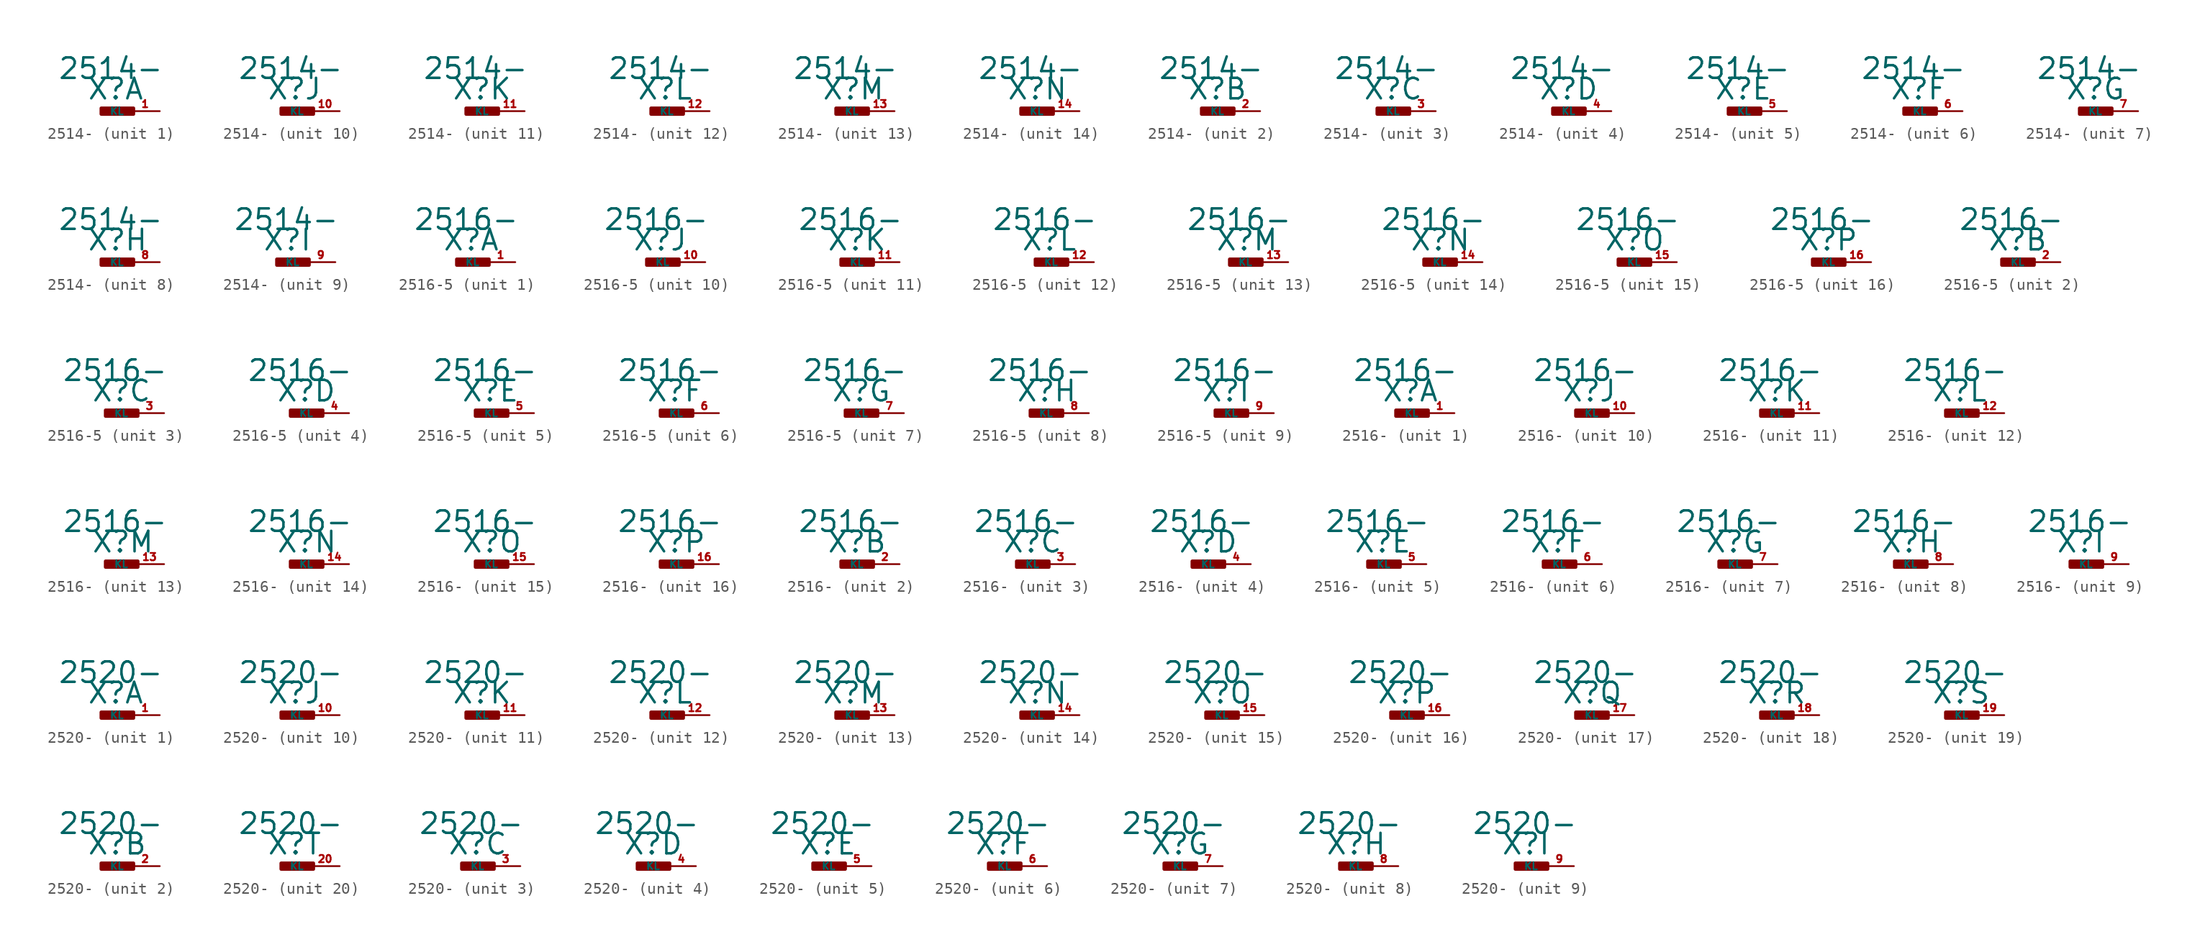
<source format=kicad_sym>
(kicad_symbol_lib
  (version 20220914)
  (generator Eagle2Kicad)
  (symbol "2514-"
    (property "Reference" "X"
      (at -1.27 0.889 0)
      (effects (font (size 1.778 1.778) (thickness 0.22)) (justify left bottom)))
    (property "Value" "2514-"
      (at -3.81 2.667 0)
      (effects (font (size 1.778 1.778) (thickness 0.22)) (justify left bottom)))
    (symbol "2514-_1_0"
      (rectangle (start 0 -0.254) (end 2.794 0.254) (stroke (width 0.3) (type default)) (fill (type outline)))
      (pin passive line (at 5.08 0 180) (length 2.54) (name "KL" (effects (font (size 0.635 0.635) (thickness 0.08)) (justify left bottom))) (number "1" (effects (font (size 0.635 0.635) (thickness 0.08)) (justify left bottom)))))
    (symbol "2514-_2_0"
      (rectangle (start 0 -0.254) (end 2.794 0.254) (stroke (width 0.3) (type default)) (fill (type outline)))
      (pin passive line (at 5.08 0 180) (length 2.54) (name "KL" (effects (font (size 0.635 0.635) (thickness 0.08)) (justify left bottom))) (number "2" (effects (font (size 0.635 0.635) (thickness 0.08)) (justify left bottom)))))
    (symbol "2514-_3_0"
      (rectangle (start 0 -0.254) (end 2.794 0.254) (stroke (width 0.3) (type default)) (fill (type outline)))
      (pin passive line (at 5.08 0 180) (length 2.54) (name "KL" (effects (font (size 0.635 0.635) (thickness 0.08)) (justify left bottom))) (number "3" (effects (font (size 0.635 0.635) (thickness 0.08)) (justify left bottom)))))
    (symbol "2514-_4_0"
      (rectangle (start 0 -0.254) (end 2.794 0.254) (stroke (width 0.3) (type default)) (fill (type outline)))
      (pin passive line (at 5.08 0 180) (length 2.54) (name "KL" (effects (font (size 0.635 0.635) (thickness 0.08)) (justify left bottom))) (number "4" (effects (font (size 0.635 0.635) (thickness 0.08)) (justify left bottom)))))
    (symbol "2514-_5_0"
      (rectangle (start 0 -0.254) (end 2.794 0.254) (stroke (width 0.3) (type default)) (fill (type outline)))
      (pin passive line (at 5.08 0 180) (length 2.54) (name "KL" (effects (font (size 0.635 0.635) (thickness 0.08)) (justify left bottom))) (number "5" (effects (font (size 0.635 0.635) (thickness 0.08)) (justify left bottom)))))
    (symbol "2514-_6_0"
      (rectangle (start 0 -0.254) (end 2.794 0.254) (stroke (width 0.3) (type default)) (fill (type outline)))
      (pin passive line (at 5.08 0 180) (length 2.54) (name "KL" (effects (font (size 0.635 0.635) (thickness 0.08)) (justify left bottom))) (number "6" (effects (font (size 0.635 0.635) (thickness 0.08)) (justify left bottom)))))
    (symbol "2514-_7_0"
      (rectangle (start 0 -0.254) (end 2.794 0.254) (stroke (width 0.3) (type default)) (fill (type outline)))
      (pin passive line (at 5.08 0 180) (length 2.54) (name "KL" (effects (font (size 0.635 0.635) (thickness 0.08)) (justify left bottom))) (number "7" (effects (font (size 0.635 0.635) (thickness 0.08)) (justify left bottom)))))
    (symbol "2514-_8_0"
      (rectangle (start 0 -0.254) (end 2.794 0.254) (stroke (width 0.3) (type default)) (fill (type outline)))
      (pin passive line (at 5.08 0 180) (length 2.54) (name "KL" (effects (font (size 0.635 0.635) (thickness 0.08)) (justify left bottom))) (number "8" (effects (font (size 0.635 0.635) (thickness 0.08)) (justify left bottom)))))
    (symbol "2514-_9_0"
      (rectangle (start 0 -0.254) (end 2.794 0.254) (stroke (width 0.3) (type default)) (fill (type outline)))
      (pin passive line (at 5.08 0 180) (length 2.54) (name "KL" (effects (font (size 0.635 0.635) (thickness 0.08)) (justify left bottom))) (number "9" (effects (font (size 0.635 0.635) (thickness 0.08)) (justify left bottom)))))
    (symbol "2514-_10_0"
      (rectangle (start 0 -0.254) (end 2.794 0.254) (stroke (width 0.3) (type default)) (fill (type outline)))
      (pin passive line (at 5.08 0 180) (length 2.54) (name "KL" (effects (font (size 0.635 0.635) (thickness 0.08)) (justify left bottom))) (number "10" (effects (font (size 0.635 0.635) (thickness 0.08)) (justify left bottom)))))
    (symbol "2514-_11_0"
      (rectangle (start 0 -0.254) (end 2.794 0.254) (stroke (width 0.3) (type default)) (fill (type outline)))
      (pin passive line (at 5.08 0 180) (length 2.54) (name "KL" (effects (font (size 0.635 0.635) (thickness 0.08)) (justify left bottom))) (number "11" (effects (font (size 0.635 0.635) (thickness 0.08)) (justify left bottom)))))
    (symbol "2514-_12_0"
      (rectangle (start 0 -0.254) (end 2.794 0.254) (stroke (width 0.3) (type default)) (fill (type outline)))
      (pin passive line (at 5.08 0 180) (length 2.54) (name "KL" (effects (font (size 0.635 0.635) (thickness 0.08)) (justify left bottom))) (number "12" (effects (font (size 0.635 0.635) (thickness 0.08)) (justify left bottom)))))
    (symbol "2514-_13_0"
      (rectangle (start 0 -0.254) (end 2.794 0.254) (stroke (width 0.3) (type default)) (fill (type outline)))
      (pin passive line (at 5.08 0 180) (length 2.54) (name "KL" (effects (font (size 0.635 0.635) (thickness 0.08)) (justify left bottom))) (number "13" (effects (font (size 0.635 0.635) (thickness 0.08)) (justify left bottom)))))
    (symbol "2514-_14_0"
      (rectangle (start 0 -0.254) (end 2.794 0.254) (stroke (width 0.3) (type default)) (fill (type outline)))
      (pin passive line (at 5.08 0 180) (length 2.54) (name "KL" (effects (font (size 0.635 0.635) (thickness 0.08)) (justify left bottom))) (number "14" (effects (font (size 0.635 0.635) (thickness 0.08)) (justify left bottom))))))
  (symbol "2516-5"
    (property "Reference" "X"
      (at -1.27 0.889 0)
      (effects (font (size 1.778 1.778) (thickness 0.22)) (justify left bottom)))
    (property "Value" "2516-"
      (at -3.81 2.667 0)
      (effects (font (size 1.778 1.778) (thickness 0.22)) (justify left bottom)))
    (symbol "2516-5_1_0"
      (rectangle (start 0 -0.254) (end 2.794 0.254) (stroke (width 0.3) (type default)) (fill (type outline)))
      (pin passive line (at 5.08 0 180) (length 2.54) (name "KL" (effects (font (size 0.635 0.635) (thickness 0.08)) (justify left bottom))) (number "1" (effects (font (size 0.635 0.635) (thickness 0.08)) (justify left bottom)))))
    (symbol "2516-5_2_0"
      (rectangle (start 0 -0.254) (end 2.794 0.254) (stroke (width 0.3) (type default)) (fill (type outline)))
      (pin passive line (at 5.08 0 180) (length 2.54) (name "KL" (effects (font (size 0.635 0.635) (thickness 0.08)) (justify left bottom))) (number "2" (effects (font (size 0.635 0.635) (thickness 0.08)) (justify left bottom)))))
    (symbol "2516-5_3_0"
      (rectangle (start 0 -0.254) (end 2.794 0.254) (stroke (width 0.3) (type default)) (fill (type outline)))
      (pin passive line (at 5.08 0 180) (length 2.54) (name "KL" (effects (font (size 0.635 0.635) (thickness 0.08)) (justify left bottom))) (number "3" (effects (font (size 0.635 0.635) (thickness 0.08)) (justify left bottom)))))
    (symbol "2516-5_4_0"
      (rectangle (start 0 -0.254) (end 2.794 0.254) (stroke (width 0.3) (type default)) (fill (type outline)))
      (pin passive line (at 5.08 0 180) (length 2.54) (name "KL" (effects (font (size 0.635 0.635) (thickness 0.08)) (justify left bottom))) (number "4" (effects (font (size 0.635 0.635) (thickness 0.08)) (justify left bottom)))))
    (symbol "2516-5_5_0"
      (rectangle (start 0 -0.254) (end 2.794 0.254) (stroke (width 0.3) (type default)) (fill (type outline)))
      (pin passive line (at 5.08 0 180) (length 2.54) (name "KL" (effects (font (size 0.635 0.635) (thickness 0.08)) (justify left bottom))) (number "5" (effects (font (size 0.635 0.635) (thickness 0.08)) (justify left bottom)))))
    (symbol "2516-5_6_0"
      (rectangle (start 0 -0.254) (end 2.794 0.254) (stroke (width 0.3) (type default)) (fill (type outline)))
      (pin passive line (at 5.08 0 180) (length 2.54) (name "KL" (effects (font (size 0.635 0.635) (thickness 0.08)) (justify left bottom))) (number "6" (effects (font (size 0.635 0.635) (thickness 0.08)) (justify left bottom)))))
    (symbol "2516-5_7_0"
      (rectangle (start 0 -0.254) (end 2.794 0.254) (stroke (width 0.3) (type default)) (fill (type outline)))
      (pin passive line (at 5.08 0 180) (length 2.54) (name "KL" (effects (font (size 0.635 0.635) (thickness 0.08)) (justify left bottom))) (number "7" (effects (font (size 0.635 0.635) (thickness 0.08)) (justify left bottom)))))
    (symbol "2516-5_8_0"
      (rectangle (start 0 -0.254) (end 2.794 0.254) (stroke (width 0.3) (type default)) (fill (type outline)))
      (pin passive line (at 5.08 0 180) (length 2.54) (name "KL" (effects (font (size 0.635 0.635) (thickness 0.08)) (justify left bottom))) (number "8" (effects (font (size 0.635 0.635) (thickness 0.08)) (justify left bottom)))))
    (symbol "2516-5_9_0"
      (rectangle (start 0 -0.254) (end 2.794 0.254) (stroke (width 0.3) (type default)) (fill (type outline)))
      (pin passive line (at 5.08 0 180) (length 2.54) (name "KL" (effects (font (size 0.635 0.635) (thickness 0.08)) (justify left bottom))) (number "9" (effects (font (size 0.635 0.635) (thickness 0.08)) (justify left bottom)))))
    (symbol "2516-5_10_0"
      (rectangle (start 0 -0.254) (end 2.794 0.254) (stroke (width 0.3) (type default)) (fill (type outline)))
      (pin passive line (at 5.08 0 180) (length 2.54) (name "KL" (effects (font (size 0.635 0.635) (thickness 0.08)) (justify left bottom))) (number "10" (effects (font (size 0.635 0.635) (thickness 0.08)) (justify left bottom)))))
    (symbol "2516-5_11_0"
      (rectangle (start 0 -0.254) (end 2.794 0.254) (stroke (width 0.3) (type default)) (fill (type outline)))
      (pin passive line (at 5.08 0 180) (length 2.54) (name "KL" (effects (font (size 0.635 0.635) (thickness 0.08)) (justify left bottom))) (number "11" (effects (font (size 0.635 0.635) (thickness 0.08)) (justify left bottom)))))
    (symbol "2516-5_12_0"
      (rectangle (start 0 -0.254) (end 2.794 0.254) (stroke (width 0.3) (type default)) (fill (type outline)))
      (pin passive line (at 5.08 0 180) (length 2.54) (name "KL" (effects (font (size 0.635 0.635) (thickness 0.08)) (justify left bottom))) (number "12" (effects (font (size 0.635 0.635) (thickness 0.08)) (justify left bottom)))))
    (symbol "2516-5_13_0"
      (rectangle (start 0 -0.254) (end 2.794 0.254) (stroke (width 0.3) (type default)) (fill (type outline)))
      (pin passive line (at 5.08 0 180) (length 2.54) (name "KL" (effects (font (size 0.635 0.635) (thickness 0.08)) (justify left bottom))) (number "13" (effects (font (size 0.635 0.635) (thickness 0.08)) (justify left bottom)))))
    (symbol "2516-5_14_0"
      (rectangle (start 0 -0.254) (end 2.794 0.254) (stroke (width 0.3) (type default)) (fill (type outline)))
      (pin passive line (at 5.08 0 180) (length 2.54) (name "KL" (effects (font (size 0.635 0.635) (thickness 0.08)) (justify left bottom))) (number "14" (effects (font (size 0.635 0.635) (thickness 0.08)) (justify left bottom)))))
    (symbol "2516-5_15_0"
      (rectangle (start 0 -0.254) (end 2.794 0.254) (stroke (width 0.3) (type default)) (fill (type outline)))
      (pin passive line (at 5.08 0 180) (length 2.54) (name "KL" (effects (font (size 0.635 0.635) (thickness 0.08)) (justify left bottom))) (number "15" (effects (font (size 0.635 0.635) (thickness 0.08)) (justify left bottom)))))
    (symbol "2516-5_16_0"
      (rectangle (start 0 -0.254) (end 2.794 0.254) (stroke (width 0.3) (type default)) (fill (type outline)))
      (pin passive line (at 5.08 0 180) (length 2.54) (name "KL" (effects (font (size 0.635 0.635) (thickness 0.08)) (justify left bottom))) (number "16" (effects (font (size 0.635 0.635) (thickness 0.08)) (justify left bottom))))))
  (symbol "2516-"
    (property "Reference" "X"
      (at -1.27 0.889 0)
      (effects (font (size 1.778 1.778) (thickness 0.22)) (justify left bottom)))
    (property "Value" "2516-"
      (at -3.81 2.667 0)
      (effects (font (size 1.778 1.778) (thickness 0.22)) (justify left bottom)))
    (symbol "2516-_1_0"
      (rectangle (start 0 -0.254) (end 2.794 0.254) (stroke (width 0.3) (type default)) (fill (type outline)))
      (pin passive line (at 5.08 0 180) (length 2.54) (name "KL" (effects (font (size 0.635 0.635) (thickness 0.08)) (justify left bottom))) (number "1" (effects (font (size 0.635 0.635) (thickness 0.08)) (justify left bottom)))))
    (symbol "2516-_2_0"
      (rectangle (start 0 -0.254) (end 2.794 0.254) (stroke (width 0.3) (type default)) (fill (type outline)))
      (pin passive line (at 5.08 0 180) (length 2.54) (name "KL" (effects (font (size 0.635 0.635) (thickness 0.08)) (justify left bottom))) (number "2" (effects (font (size 0.635 0.635) (thickness 0.08)) (justify left bottom)))))
    (symbol "2516-_3_0"
      (rectangle (start 0 -0.254) (end 2.794 0.254) (stroke (width 0.3) (type default)) (fill (type outline)))
      (pin passive line (at 5.08 0 180) (length 2.54) (name "KL" (effects (font (size 0.635 0.635) (thickness 0.08)) (justify left bottom))) (number "3" (effects (font (size 0.635 0.635) (thickness 0.08)) (justify left bottom)))))
    (symbol "2516-_4_0"
      (rectangle (start 0 -0.254) (end 2.794 0.254) (stroke (width 0.3) (type default)) (fill (type outline)))
      (pin passive line (at 5.08 0 180) (length 2.54) (name "KL" (effects (font (size 0.635 0.635) (thickness 0.08)) (justify left bottom))) (number "4" (effects (font (size 0.635 0.635) (thickness 0.08)) (justify left bottom)))))
    (symbol "2516-_5_0"
      (rectangle (start 0 -0.254) (end 2.794 0.254) (stroke (width 0.3) (type default)) (fill (type outline)))
      (pin passive line (at 5.08 0 180) (length 2.54) (name "KL" (effects (font (size 0.635 0.635) (thickness 0.08)) (justify left bottom))) (number "5" (effects (font (size 0.635 0.635) (thickness 0.08)) (justify left bottom)))))
    (symbol "2516-_6_0"
      (rectangle (start 0 -0.254) (end 2.794 0.254) (stroke (width 0.3) (type default)) (fill (type outline)))
      (pin passive line (at 5.08 0 180) (length 2.54) (name "KL" (effects (font (size 0.635 0.635) (thickness 0.08)) (justify left bottom))) (number "6" (effects (font (size 0.635 0.635) (thickness 0.08)) (justify left bottom)))))
    (symbol "2516-_7_0"
      (rectangle (start 0 -0.254) (end 2.794 0.254) (stroke (width 0.3) (type default)) (fill (type outline)))
      (pin passive line (at 5.08 0 180) (length 2.54) (name "KL" (effects (font (size 0.635 0.635) (thickness 0.08)) (justify left bottom))) (number "7" (effects (font (size 0.635 0.635) (thickness 0.08)) (justify left bottom)))))
    (symbol "2516-_8_0"
      (rectangle (start 0 -0.254) (end 2.794 0.254) (stroke (width 0.3) (type default)) (fill (type outline)))
      (pin passive line (at 5.08 0 180) (length 2.54) (name "KL" (effects (font (size 0.635 0.635) (thickness 0.08)) (justify left bottom))) (number "8" (effects (font (size 0.635 0.635) (thickness 0.08)) (justify left bottom)))))
    (symbol "2516-_9_0"
      (rectangle (start 0 -0.254) (end 2.794 0.254) (stroke (width 0.3) (type default)) (fill (type outline)))
      (pin passive line (at 5.08 0 180) (length 2.54) (name "KL" (effects (font (size 0.635 0.635) (thickness 0.08)) (justify left bottom))) (number "9" (effects (font (size 0.635 0.635) (thickness 0.08)) (justify left bottom)))))
    (symbol "2516-_10_0"
      (rectangle (start 0 -0.254) (end 2.794 0.254) (stroke (width 0.3) (type default)) (fill (type outline)))
      (pin passive line (at 5.08 0 180) (length 2.54) (name "KL" (effects (font (size 0.635 0.635) (thickness 0.08)) (justify left bottom))) (number "10" (effects (font (size 0.635 0.635) (thickness 0.08)) (justify left bottom)))))
    (symbol "2516-_11_0"
      (rectangle (start 0 -0.254) (end 2.794 0.254) (stroke (width 0.3) (type default)) (fill (type outline)))
      (pin passive line (at 5.08 0 180) (length 2.54) (name "KL" (effects (font (size 0.635 0.635) (thickness 0.08)) (justify left bottom))) (number "11" (effects (font (size 0.635 0.635) (thickness 0.08)) (justify left bottom)))))
    (symbol "2516-_12_0"
      (rectangle (start 0 -0.254) (end 2.794 0.254) (stroke (width 0.3) (type default)) (fill (type outline)))
      (pin passive line (at 5.08 0 180) (length 2.54) (name "KL" (effects (font (size 0.635 0.635) (thickness 0.08)) (justify left bottom))) (number "12" (effects (font (size 0.635 0.635) (thickness 0.08)) (justify left bottom)))))
    (symbol "2516-_13_0"
      (rectangle (start 0 -0.254) (end 2.794 0.254) (stroke (width 0.3) (type default)) (fill (type outline)))
      (pin passive line (at 5.08 0 180) (length 2.54) (name "KL" (effects (font (size 0.635 0.635) (thickness 0.08)) (justify left bottom))) (number "13" (effects (font (size 0.635 0.635) (thickness 0.08)) (justify left bottom)))))
    (symbol "2516-_14_0"
      (rectangle (start 0 -0.254) (end 2.794 0.254) (stroke (width 0.3) (type default)) (fill (type outline)))
      (pin passive line (at 5.08 0 180) (length 2.54) (name "KL" (effects (font (size 0.635 0.635) (thickness 0.08)) (justify left bottom))) (number "14" (effects (font (size 0.635 0.635) (thickness 0.08)) (justify left bottom)))))
    (symbol "2516-_15_0"
      (rectangle (start 0 -0.254) (end 2.794 0.254) (stroke (width 0.3) (type default)) (fill (type outline)))
      (pin passive line (at 5.08 0 180) (length 2.54) (name "KL" (effects (font (size 0.635 0.635) (thickness 0.08)) (justify left bottom))) (number "15" (effects (font (size 0.635 0.635) (thickness 0.08)) (justify left bottom)))))
    (symbol "2516-_16_0"
      (rectangle (start 0 -0.254) (end 2.794 0.254) (stroke (width 0.3) (type default)) (fill (type outline)))
      (pin passive line (at 5.08 0 180) (length 2.54) (name "KL" (effects (font (size 0.635 0.635) (thickness 0.08)) (justify left bottom))) (number "16" (effects (font (size 0.635 0.635) (thickness 0.08)) (justify left bottom))))))
  (symbol "2520-"
    (property "Reference" "X"
      (at -1.27 0.889 0)
      (effects (font (size 1.778 1.778) (thickness 0.22)) (justify left bottom)))
    (property "Value" "2520-"
      (at -3.81 2.667 0)
      (effects (font (size 1.778 1.778) (thickness 0.22)) (justify left bottom)))
    (symbol "2520-_1_0"
      (rectangle (start 0 -0.254) (end 2.794 0.254) (stroke (width 0.3) (type default)) (fill (type outline)))
      (pin passive line (at 5.08 0 180) (length 2.54) (name "KL" (effects (font (size 0.635 0.635) (thickness 0.08)) (justify left bottom))) (number "1" (effects (font (size 0.635 0.635) (thickness 0.08)) (justify left bottom)))))
    (symbol "2520-_2_0"
      (rectangle (start 0 -0.254) (end 2.794 0.254) (stroke (width 0.3) (type default)) (fill (type outline)))
      (pin passive line (at 5.08 0 180) (length 2.54) (name "KL" (effects (font (size 0.635 0.635) (thickness 0.08)) (justify left bottom))) (number "2" (effects (font (size 0.635 0.635) (thickness 0.08)) (justify left bottom)))))
    (symbol "2520-_3_0"
      (rectangle (start 0 -0.254) (end 2.794 0.254) (stroke (width 0.3) (type default)) (fill (type outline)))
      (pin passive line (at 5.08 0 180) (length 2.54) (name "KL" (effects (font (size 0.635 0.635) (thickness 0.08)) (justify left bottom))) (number "3" (effects (font (size 0.635 0.635) (thickness 0.08)) (justify left bottom)))))
    (symbol "2520-_4_0"
      (rectangle (start 0 -0.254) (end 2.794 0.254) (stroke (width 0.3) (type default)) (fill (type outline)))
      (pin passive line (at 5.08 0 180) (length 2.54) (name "KL" (effects (font (size 0.635 0.635) (thickness 0.08)) (justify left bottom))) (number "4" (effects (font (size 0.635 0.635) (thickness 0.08)) (justify left bottom)))))
    (symbol "2520-_5_0"
      (rectangle (start 0 -0.254) (end 2.794 0.254) (stroke (width 0.3) (type default)) (fill (type outline)))
      (pin passive line (at 5.08 0 180) (length 2.54) (name "KL" (effects (font (size 0.635 0.635) (thickness 0.08)) (justify left bottom))) (number "5" (effects (font (size 0.635 0.635) (thickness 0.08)) (justify left bottom)))))
    (symbol "2520-_6_0"
      (rectangle (start 0 -0.254) (end 2.794 0.254) (stroke (width 0.3) (type default)) (fill (type outline)))
      (pin passive line (at 5.08 0 180) (length 2.54) (name "KL" (effects (font (size 0.635 0.635) (thickness 0.08)) (justify left bottom))) (number "6" (effects (font (size 0.635 0.635) (thickness 0.08)) (justify left bottom)))))
    (symbol "2520-_7_0"
      (rectangle (start 0 -0.254) (end 2.794 0.254) (stroke (width 0.3) (type default)) (fill (type outline)))
      (pin passive line (at 5.08 0 180) (length 2.54) (name "KL" (effects (font (size 0.635 0.635) (thickness 0.08)) (justify left bottom))) (number "7" (effects (font (size 0.635 0.635) (thickness 0.08)) (justify left bottom)))))
    (symbol "2520-_8_0"
      (rectangle (start 0 -0.254) (end 2.794 0.254) (stroke (width 0.3) (type default)) (fill (type outline)))
      (pin passive line (at 5.08 0 180) (length 2.54) (name "KL" (effects (font (size 0.635 0.635) (thickness 0.08)) (justify left bottom))) (number "8" (effects (font (size 0.635 0.635) (thickness 0.08)) (justify left bottom)))))
    (symbol "2520-_9_0"
      (rectangle (start 0 -0.254) (end 2.794 0.254) (stroke (width 0.3) (type default)) (fill (type outline)))
      (pin passive line (at 5.08 0 180) (length 2.54) (name "KL" (effects (font (size 0.635 0.635) (thickness 0.08)) (justify left bottom))) (number "9" (effects (font (size 0.635 0.635) (thickness 0.08)) (justify left bottom)))))
    (symbol "2520-_10_0"
      (rectangle (start 0 -0.254) (end 2.794 0.254) (stroke (width 0.3) (type default)) (fill (type outline)))
      (pin passive line (at 5.08 0 180) (length 2.54) (name "KL" (effects (font (size 0.635 0.635) (thickness 0.08)) (justify left bottom))) (number "10" (effects (font (size 0.635 0.635) (thickness 0.08)) (justify left bottom)))))
    (symbol "2520-_11_0"
      (rectangle (start 0 -0.254) (end 2.794 0.254) (stroke (width 0.3) (type default)) (fill (type outline)))
      (pin passive line (at 5.08 0 180) (length 2.54) (name "KL" (effects (font (size 0.635 0.635) (thickness 0.08)) (justify left bottom))) (number "11" (effects (font (size 0.635 0.635) (thickness 0.08)) (justify left bottom)))))
    (symbol "2520-_12_0"
      (rectangle (start 0 -0.254) (end 2.794 0.254) (stroke (width 0.3) (type default)) (fill (type outline)))
      (pin passive line (at 5.08 0 180) (length 2.54) (name "KL" (effects (font (size 0.635 0.635) (thickness 0.08)) (justify left bottom))) (number "12" (effects (font (size 0.635 0.635) (thickness 0.08)) (justify left bottom)))))
    (symbol "2520-_13_0"
      (rectangle (start 0 -0.254) (end 2.794 0.254) (stroke (width 0.3) (type default)) (fill (type outline)))
      (pin passive line (at 5.08 0 180) (length 2.54) (name "KL" (effects (font (size 0.635 0.635) (thickness 0.08)) (justify left bottom))) (number "13" (effects (font (size 0.635 0.635) (thickness 0.08)) (justify left bottom)))))
    (symbol "2520-_14_0"
      (rectangle (start 0 -0.254) (end 2.794 0.254) (stroke (width 0.3) (type default)) (fill (type outline)))
      (pin passive line (at 5.08 0 180) (length 2.54) (name "KL" (effects (font (size 0.635 0.635) (thickness 0.08)) (justify left bottom))) (number "14" (effects (font (size 0.635 0.635) (thickness 0.08)) (justify left bottom)))))
    (symbol "2520-_15_0"
      (rectangle (start 0 -0.254) (end 2.794 0.254) (stroke (width 0.3) (type default)) (fill (type outline)))
      (pin passive line (at 5.08 0 180) (length 2.54) (name "KL" (effects (font (size 0.635 0.635) (thickness 0.08)) (justify left bottom))) (number "15" (effects (font (size 0.635 0.635) (thickness 0.08)) (justify left bottom)))))
    (symbol "2520-_16_0"
      (rectangle (start 0 -0.254) (end 2.794 0.254) (stroke (width 0.3) (type default)) (fill (type outline)))
      (pin passive line (at 5.08 0 180) (length 2.54) (name "KL" (effects (font (size 0.635 0.635) (thickness 0.08)) (justify left bottom))) (number "16" (effects (font (size 0.635 0.635) (thickness 0.08)) (justify left bottom)))))
    (symbol "2520-_17_0"
      (rectangle (start 0 -0.254) (end 2.794 0.254) (stroke (width 0.3) (type default)) (fill (type outline)))
      (pin passive line (at 5.08 0 180) (length 2.54) (name "KL" (effects (font (size 0.635 0.635) (thickness 0.08)) (justify left bottom))) (number "17" (effects (font (size 0.635 0.635) (thickness 0.08)) (justify left bottom)))))
    (symbol "2520-_18_0"
      (rectangle (start 0 -0.254) (end 2.794 0.254) (stroke (width 0.3) (type default)) (fill (type outline)))
      (pin passive line (at 5.08 0 180) (length 2.54) (name "KL" (effects (font (size 0.635 0.635) (thickness 0.08)) (justify left bottom))) (number "18" (effects (font (size 0.635 0.635) (thickness 0.08)) (justify left bottom)))))
    (symbol "2520-_19_0"
      (rectangle (start 0 -0.254) (end 2.794 0.254) (stroke (width 0.3) (type default)) (fill (type outline)))
      (pin passive line (at 5.08 0 180) (length 2.54) (name "KL" (effects (font (size 0.635 0.635) (thickness 0.08)) (justify left bottom))) (number "19" (effects (font (size 0.635 0.635) (thickness 0.08)) (justify left bottom)))))
    (symbol "2520-_20_0"
      (rectangle (start 0 -0.254) (end 2.794 0.254) (stroke (width 0.3) (type default)) (fill (type outline)))
      (pin passive line (at 5.08 0 180) (length 2.54) (name "KL" (effects (font (size 0.635 0.635) (thickness 0.08)) (justify left bottom))) (number "20" (effects (font (size 0.635 0.635) (thickness 0.08)) (justify left bottom)))))))
</source>
